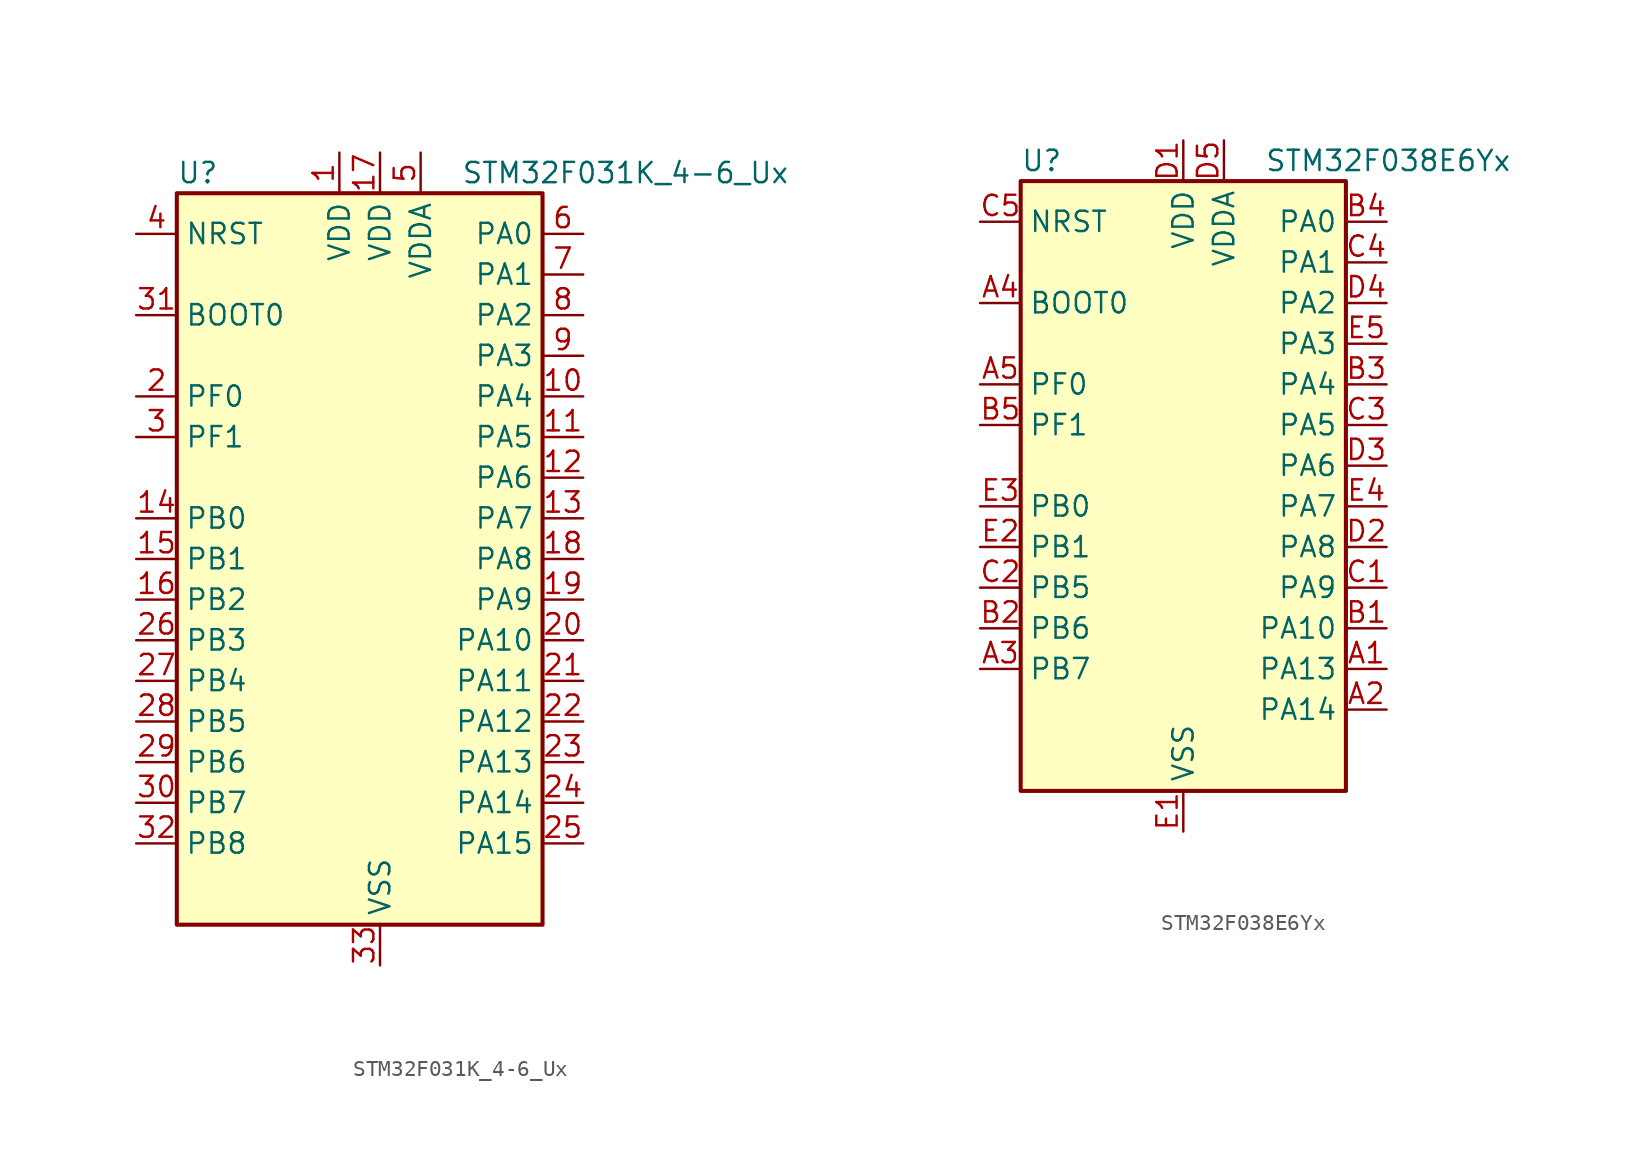
<source format=kicad_sym>
(kicad_symbol_lib
  (version 20231120)
  (generator "kicad_symbol_editor")
  (generator_version "8.0")
  (symbol "STM32F031K_4-6_Ux"
    (property "Reference" "U"
      (at -10.16 24.13 0)
      (effects (font (size 1.27 1.27)) (justify left)))
    (property "Value" "STM32F031K_4-6_Ux"
      (at 7.62 24.13 0)
      (effects (font (size 1.27 1.27)) (justify left)))
    (property "ki_locked" ""
      (at 0 0 0)
      (effects (font (size 1.27 1.27))))
    (symbol "STM32F031K_4-6_Ux_0_1"
      (rectangle (start -10.16 -22.86) (end 12.7 22.86) (stroke (width 0.254) (type default)) (fill (type background))))
    (symbol "STM32F031K_4-6_Ux_1_1"
      (pin power_in line (at 0 25.4 270) (length 2.54) (name "VDD" (effects (font (size 1.27 1.27)))) (number "1" (effects (font (size 1.27 1.27)))))
      (pin bidirectional line (at 15.24 10.16 180) (length 2.54) (name "PA4" (effects (font (size 1.27 1.27)))) (number "10" (effects (font (size 1.27 1.27)))) (alternate "ADC_IN4" bidirectional line) (alternate "I2S1_WS" bidirectional line) (alternate "SPI1_NSS" bidirectional line) (alternate "TIM14_CH1" bidirectional line) (alternate "USART1_CK" bidirectional line))
      (pin bidirectional line (at 15.24 7.62 180) (length 2.54) (name "PA5" (effects (font (size 1.27 1.27)))) (number "11" (effects (font (size 1.27 1.27)))) (alternate "ADC_IN5" bidirectional line) (alternate "I2S1_CK" bidirectional line) (alternate "SPI1_SCK" bidirectional line) (alternate "TIM2_CH1" bidirectional line) (alternate "TIM2_ETR" bidirectional line))
      (pin bidirectional line (at 15.24 5.08 180) (length 2.54) (name "PA6" (effects (font (size 1.27 1.27)))) (number "12" (effects (font (size 1.27 1.27)))) (alternate "ADC_IN6" bidirectional line) (alternate "I2S1_MCK" bidirectional line) (alternate "SPI1_MISO" bidirectional line) (alternate "TIM16_CH1" bidirectional line) (alternate "TIM1_BKIN" bidirectional line) (alternate "TIM3_CH1" bidirectional line))
      (pin bidirectional line (at 15.24 2.54 180) (length 2.54) (name "PA7" (effects (font (size 1.27 1.27)))) (number "13" (effects (font (size 1.27 1.27)))) (alternate "ADC_IN7" bidirectional line) (alternate "I2S1_SD" bidirectional line) (alternate "SPI1_MOSI" bidirectional line) (alternate "TIM14_CH1" bidirectional line) (alternate "TIM17_CH1" bidirectional line) (alternate "TIM1_CH1N" bidirectional line) (alternate "TIM3_CH2" bidirectional line))
      (pin bidirectional line (at -12.7 2.54 0) (length 2.54) (name "PB0" (effects (font (size 1.27 1.27)))) (number "14" (effects (font (size 1.27 1.27)))) (alternate "ADC_IN8" bidirectional line) (alternate "TIM1_CH2N" bidirectional line) (alternate "TIM3_CH3" bidirectional line))
      (pin bidirectional line (at -12.7 0 0) (length 2.54) (name "PB1" (effects (font (size 1.27 1.27)))) (number "15" (effects (font (size 1.27 1.27)))) (alternate "ADC_IN9" bidirectional line) (alternate "TIM14_CH1" bidirectional line) (alternate "TIM1_CH3N" bidirectional line) (alternate "TIM3_CH4" bidirectional line))
      (pin bidirectional line (at -12.7 -2.54 0) (length 2.54) (name "PB2" (effects (font (size 1.27 1.27)))) (number "16" (effects (font (size 1.27 1.27)))))
      (pin power_in line (at 2.54 25.4 270) (length 2.54) (name "VDD" (effects (font (size 1.27 1.27)))) (number "17" (effects (font (size 1.27 1.27)))))
      (pin bidirectional line (at 15.24 0 180) (length 2.54) (name "PA8" (effects (font (size 1.27 1.27)))) (number "18" (effects (font (size 1.27 1.27)))) (alternate "RCC_MCO" bidirectional line) (alternate "TIM1_CH1" bidirectional line) (alternate "USART1_CK" bidirectional line))
      (pin bidirectional line (at 15.24 -2.54 180) (length 2.54) (name "PA9" (effects (font (size 1.27 1.27)))) (number "19" (effects (font (size 1.27 1.27)))) (alternate "I2C1_SCL" bidirectional line) (alternate "TIM1_CH2" bidirectional line) (alternate "USART1_TX" bidirectional line))
      (pin bidirectional line (at -12.7 10.16 0) (length 2.54) (name "PF0" (effects (font (size 1.27 1.27)))) (number "2" (effects (font (size 1.27 1.27)))) (alternate "RCC_OSC_IN" bidirectional line))
      (pin bidirectional line (at 15.24 -5.08 180) (length 2.54) (name "PA10" (effects (font (size 1.27 1.27)))) (number "20" (effects (font (size 1.27 1.27)))) (alternate "I2C1_SDA" bidirectional line) (alternate "TIM17_BKIN" bidirectional line) (alternate "TIM1_CH3" bidirectional line) (alternate "USART1_RX" bidirectional line))
      (pin bidirectional line (at 15.24 -7.62 180) (length 2.54) (name "PA11" (effects (font (size 1.27 1.27)))) (number "21" (effects (font (size 1.27 1.27)))) (alternate "TIM1_CH4" bidirectional line) (alternate "USART1_CTS" bidirectional line))
      (pin bidirectional line (at 15.24 -10.16 180) (length 2.54) (name "PA12" (effects (font (size 1.27 1.27)))) (number "22" (effects (font (size 1.27 1.27)))) (alternate "TIM1_ETR" bidirectional line) (alternate "USART1_DE" bidirectional line) (alternate "USART1_RTS" bidirectional line))
      (pin bidirectional line (at 15.24 -12.7 180) (length 2.54) (name "PA13" (effects (font (size 1.27 1.27)))) (number "23" (effects (font (size 1.27 1.27)))) (alternate "IR_OUT" bidirectional line) (alternate "SYS_SWDIO" bidirectional line))
      (pin bidirectional line (at 15.24 -15.24 180) (length 2.54) (name "PA14" (effects (font (size 1.27 1.27)))) (number "24" (effects (font (size 1.27 1.27)))) (alternate "SYS_SWCLK" bidirectional line) (alternate "USART1_TX" bidirectional line))
      (pin bidirectional line (at 15.24 -17.78 180) (length 2.54) (name "PA15" (effects (font (size 1.27 1.27)))) (number "25" (effects (font (size 1.27 1.27)))) (alternate "I2S1_WS" bidirectional line) (alternate "SPI1_NSS" bidirectional line) (alternate "TIM2_CH1" bidirectional line) (alternate "TIM2_ETR" bidirectional line) (alternate "USART1_RX" bidirectional line))
      (pin bidirectional line (at -12.7 -5.08 0) (length 2.54) (name "PB3" (effects (font (size 1.27 1.27)))) (number "26" (effects (font (size 1.27 1.27)))) (alternate "I2S1_CK" bidirectional line) (alternate "SPI1_SCK" bidirectional line) (alternate "TIM2_CH2" bidirectional line))
      (pin bidirectional line (at -12.7 -7.62 0) (length 2.54) (name "PB4" (effects (font (size 1.27 1.27)))) (number "27" (effects (font (size 1.27 1.27)))) (alternate "I2S1_MCK" bidirectional line) (alternate "SPI1_MISO" bidirectional line) (alternate "TIM3_CH1" bidirectional line))
      (pin bidirectional line (at -12.7 -10.16 0) (length 2.54) (name "PB5" (effects (font (size 1.27 1.27)))) (number "28" (effects (font (size 1.27 1.27)))) (alternate "I2C1_SMBA" bidirectional line) (alternate "I2S1_SD" bidirectional line) (alternate "SPI1_MOSI" bidirectional line) (alternate "TIM16_BKIN" bidirectional line) (alternate "TIM3_CH2" bidirectional line))
      (pin bidirectional line (at -12.7 -12.7 0) (length 2.54) (name "PB6" (effects (font (size 1.27 1.27)))) (number "29" (effects (font (size 1.27 1.27)))) (alternate "I2C1_SCL" bidirectional line) (alternate "TIM16_CH1N" bidirectional line) (alternate "USART1_TX" bidirectional line))
      (pin bidirectional line (at -12.7 7.62 0) (length 2.54) (name "PF1" (effects (font (size 1.27 1.27)))) (number "3" (effects (font (size 1.27 1.27)))) (alternate "RCC_OSC_OUT" bidirectional line))
      (pin bidirectional line (at -12.7 -15.24 0) (length 2.54) (name "PB7" (effects (font (size 1.27 1.27)))) (number "30" (effects (font (size 1.27 1.27)))) (alternate "I2C1_SDA" bidirectional line) (alternate "TIM17_CH1N" bidirectional line) (alternate "USART1_RX" bidirectional line))
      (pin input line (at -12.7 15.24 0) (length 2.54) (name "BOOT0" (effects (font (size 1.27 1.27)))) (number "31" (effects (font (size 1.27 1.27)))))
      (pin bidirectional line (at -12.7 -17.78 0) (length 2.54) (name "PB8" (effects (font (size 1.27 1.27)))) (number "32" (effects (font (size 1.27 1.27)))) (alternate "I2C1_SCL" bidirectional line) (alternate "TIM16_CH1" bidirectional line))
      (pin power_in line (at 2.54 -25.4 90) (length 2.54) (name "VSS" (effects (font (size 1.27 1.27)))) (number "33" (effects (font (size 1.27 1.27)))))
      (pin input line (at -12.7 20.32 0) (length 2.54) (name "NRST" (effects (font (size 1.27 1.27)))) (number "4" (effects (font (size 1.27 1.27)))))
      (pin power_in line (at 5.08 25.4 270) (length 2.54) (name "VDDA" (effects (font (size 1.27 1.27)))) (number "5" (effects (font (size 1.27 1.27)))))
      (pin bidirectional line (at 15.24 20.32 180) (length 2.54) (name "PA0" (effects (font (size 1.27 1.27)))) (number "6" (effects (font (size 1.27 1.27)))) (alternate "ADC_IN0" bidirectional line) (alternate "RTC_TAMP2" bidirectional line) (alternate "SYS_WKUP1" bidirectional line) (alternate "TIM2_CH1" bidirectional line) (alternate "TIM2_ETR" bidirectional line) (alternate "USART1_CTS" bidirectional line))
      (pin bidirectional line (at 15.24 17.78 180) (length 2.54) (name "PA1" (effects (font (size 1.27 1.27)))) (number "7" (effects (font (size 1.27 1.27)))) (alternate "ADC_IN1" bidirectional line) (alternate "TIM2_CH2" bidirectional line) (alternate "USART1_DE" bidirectional line) (alternate "USART1_RTS" bidirectional line))
      (pin bidirectional line (at 15.24 15.24 180) (length 2.54) (name "PA2" (effects (font (size 1.27 1.27)))) (number "8" (effects (font (size 1.27 1.27)))) (alternate "ADC_IN2" bidirectional line) (alternate "TIM2_CH3" bidirectional line) (alternate "USART1_TX" bidirectional line))
      (pin bidirectional line (at 15.24 12.7 180) (length 2.54) (name "PA3" (effects (font (size 1.27 1.27)))) (number "9" (effects (font (size 1.27 1.27)))) (alternate "ADC_IN3" bidirectional line) (alternate "TIM2_CH4" bidirectional line) (alternate "USART1_RX" bidirectional line))))
  (symbol "STM32F038E6Yx"
    (property "Reference" "U"
      (at -10.16 21.59 0)
      (effects (font (size 1.27 1.27)) (justify left)))
    (property "Value" "STM32F038E6Yx"
      (at 5.08 21.59 0)
      (effects (font (size 1.27 1.27)) (justify left)))
    (property "ki_locked" ""
      (at 0 0 0)
      (effects (font (size 1.27 1.27))))
    (symbol "STM32F038E6Yx_0_1"
      (rectangle (start -10.16 -17.78) (end 10.16 20.32) (stroke (width 0.254) (type default)) (fill (type background))))
    (symbol "STM32F038E6Yx_1_1"
      (pin bidirectional line (at 12.7 -10.16 180) (length 2.54) (name "PA13" (effects (font (size 1.27 1.27)))) (number "A1" (effects (font (size 1.27 1.27)))) (alternate "IR_OUT" bidirectional line) (alternate "SYS_SWDIO" bidirectional line))
      (pin bidirectional line (at 12.7 -12.7 180) (length 2.54) (name "PA14" (effects (font (size 1.27 1.27)))) (number "A2" (effects (font (size 1.27 1.27)))) (alternate "SYS_SWCLK" bidirectional line) (alternate "USART1_TX" bidirectional line))
      (pin bidirectional line (at -12.7 -10.16 0) (length 2.54) (name "PB7" (effects (font (size 1.27 1.27)))) (number "A3" (effects (font (size 1.27 1.27)))) (alternate "I2C1_SDA" bidirectional line) (alternate "TIM17_CH1N" bidirectional line) (alternate "USART1_RX" bidirectional line))
      (pin input line (at -12.7 12.7 0) (length 2.54) (name "BOOT0" (effects (font (size 1.27 1.27)))) (number "A4" (effects (font (size 1.27 1.27)))))
      (pin bidirectional line (at -12.7 7.62 0) (length 2.54) (name "PF0" (effects (font (size 1.27 1.27)))) (number "A5" (effects (font (size 1.27 1.27)))) (alternate "RCC_OSC_IN" bidirectional line))
      (pin bidirectional line (at 12.7 -7.62 180) (length 2.54) (name "PA10" (effects (font (size 1.27 1.27)))) (number "B1" (effects (font (size 1.27 1.27)))) (alternate "I2C1_SDA" bidirectional line) (alternate "TIM17_BKIN" bidirectional line) (alternate "TIM1_CH3" bidirectional line) (alternate "USART1_RX" bidirectional line))
      (pin bidirectional line (at -12.7 -7.62 0) (length 2.54) (name "PB6" (effects (font (size 1.27 1.27)))) (number "B2" (effects (font (size 1.27 1.27)))) (alternate "I2C1_SCL" bidirectional line) (alternate "TIM16_CH1N" bidirectional line) (alternate "USART1_TX" bidirectional line))
      (pin bidirectional line (at 12.7 7.62 180) (length 2.54) (name "PA4" (effects (font (size 1.27 1.27)))) (number "B3" (effects (font (size 1.27 1.27)))) (alternate "ADC_IN4" bidirectional line) (alternate "I2S1_WS" bidirectional line) (alternate "SPI1_NSS" bidirectional line) (alternate "TIM14_CH1" bidirectional line) (alternate "USART1_CK" bidirectional line))
      (pin bidirectional line (at 12.7 17.78 180) (length 2.54) (name "PA0" (effects (font (size 1.27 1.27)))) (number "B4" (effects (font (size 1.27 1.27)))) (alternate "ADC_IN0" bidirectional line) (alternate "RTC_TAMP2" bidirectional line) (alternate "SYS_WKUP1" bidirectional line) (alternate "TIM2_CH1" bidirectional line) (alternate "TIM2_ETR" bidirectional line) (alternate "USART1_CTS" bidirectional line))
      (pin bidirectional line (at -12.7 5.08 0) (length 2.54) (name "PF1" (effects (font (size 1.27 1.27)))) (number "B5" (effects (font (size 1.27 1.27)))) (alternate "RCC_OSC_OUT" bidirectional line))
      (pin bidirectional line (at 12.7 -5.08 180) (length 2.54) (name "PA9" (effects (font (size 1.27 1.27)))) (number "C1" (effects (font (size 1.27 1.27)))) (alternate "I2C1_SCL" bidirectional line) (alternate "TIM1_CH2" bidirectional line) (alternate "USART1_TX" bidirectional line))
      (pin bidirectional line (at -12.7 -5.08 0) (length 2.54) (name "PB5" (effects (font (size 1.27 1.27)))) (number "C2" (effects (font (size 1.27 1.27)))) (alternate "I2C1_SMBA" bidirectional line) (alternate "I2S1_SD" bidirectional line) (alternate "SPI1_MOSI" bidirectional line) (alternate "TIM16_BKIN" bidirectional line) (alternate "TIM3_CH2" bidirectional line))
      (pin bidirectional line (at 12.7 5.08 180) (length 2.54) (name "PA5" (effects (font (size 1.27 1.27)))) (number "C3" (effects (font (size 1.27 1.27)))) (alternate "ADC_IN5" bidirectional line) (alternate "I2S1_CK" bidirectional line) (alternate "SPI1_SCK" bidirectional line) (alternate "TIM2_CH1" bidirectional line) (alternate "TIM2_ETR" bidirectional line))
      (pin bidirectional line (at 12.7 15.24 180) (length 2.54) (name "PA1" (effects (font (size 1.27 1.27)))) (number "C4" (effects (font (size 1.27 1.27)))) (alternate "ADC_IN1" bidirectional line) (alternate "TIM2_CH2" bidirectional line) (alternate "USART1_DE" bidirectional line) (alternate "USART1_RTS" bidirectional line))
      (pin input line (at -12.7 17.78 0) (length 2.54) (name "NRST" (effects (font (size 1.27 1.27)))) (number "C5" (effects (font (size 1.27 1.27)))))
      (pin power_in line (at 0 22.86 270) (length 2.54) (name "VDD" (effects (font (size 1.27 1.27)))) (number "D1" (effects (font (size 1.27 1.27)))))
      (pin bidirectional line (at 12.7 -2.54 180) (length 2.54) (name "PA8" (effects (font (size 1.27 1.27)))) (number "D2" (effects (font (size 1.27 1.27)))) (alternate "RCC_MCO" bidirectional line) (alternate "TIM1_CH1" bidirectional line) (alternate "USART1_CK" bidirectional line))
      (pin bidirectional line (at 12.7 2.54 180) (length 2.54) (name "PA6" (effects (font (size 1.27 1.27)))) (number "D3" (effects (font (size 1.27 1.27)))) (alternate "ADC_IN6" bidirectional line) (alternate "I2S1_MCK" bidirectional line) (alternate "SPI1_MISO" bidirectional line) (alternate "TIM16_CH1" bidirectional line) (alternate "TIM1_BKIN" bidirectional line) (alternate "TIM3_CH1" bidirectional line))
      (pin bidirectional line (at 12.7 12.7 180) (length 2.54) (name "PA2" (effects (font (size 1.27 1.27)))) (number "D4" (effects (font (size 1.27 1.27)))) (alternate "ADC_IN2" bidirectional line) (alternate "TIM2_CH3" bidirectional line) (alternate "USART1_TX" bidirectional line))
      (pin power_in line (at 2.54 22.86 270) (length 2.54) (name "VDDA" (effects (font (size 1.27 1.27)))) (number "D5" (effects (font (size 1.27 1.27)))))
      (pin power_in line (at 0 -20.32 90) (length 2.54) (name "VSS" (effects (font (size 1.27 1.27)))) (number "E1" (effects (font (size 1.27 1.27)))))
      (pin bidirectional line (at -12.7 -2.54 0) (length 2.54) (name "PB1" (effects (font (size 1.27 1.27)))) (number "E2" (effects (font (size 1.27 1.27)))) (alternate "ADC_IN9" bidirectional line) (alternate "TIM14_CH1" bidirectional line) (alternate "TIM1_CH3N" bidirectional line) (alternate "TIM3_CH4" bidirectional line))
      (pin bidirectional line (at -12.7 0 0) (length 2.54) (name "PB0" (effects (font (size 1.27 1.27)))) (number "E3" (effects (font (size 1.27 1.27)))) (alternate "ADC_IN8" bidirectional line) (alternate "TIM1_CH2N" bidirectional line) (alternate "TIM3_CH3" bidirectional line))
      (pin bidirectional line (at 12.7 0 180) (length 2.54) (name "PA7" (effects (font (size 1.27 1.27)))) (number "E4" (effects (font (size 1.27 1.27)))) (alternate "ADC_IN7" bidirectional line) (alternate "I2S1_SD" bidirectional line) (alternate "SPI1_MOSI" bidirectional line) (alternate "TIM14_CH1" bidirectional line) (alternate "TIM17_CH1" bidirectional line) (alternate "TIM1_CH1N" bidirectional line) (alternate "TIM3_CH2" bidirectional line))
      (pin bidirectional line (at 12.7 10.16 180) (length 2.54) (name "PA3" (effects (font (size 1.27 1.27)))) (number "E5" (effects (font (size 1.27 1.27)))) (alternate "ADC_IN3" bidirectional line) (alternate "TIM2_CH4" bidirectional line) (alternate "USART1_RX" bidirectional line)))))
</source>
